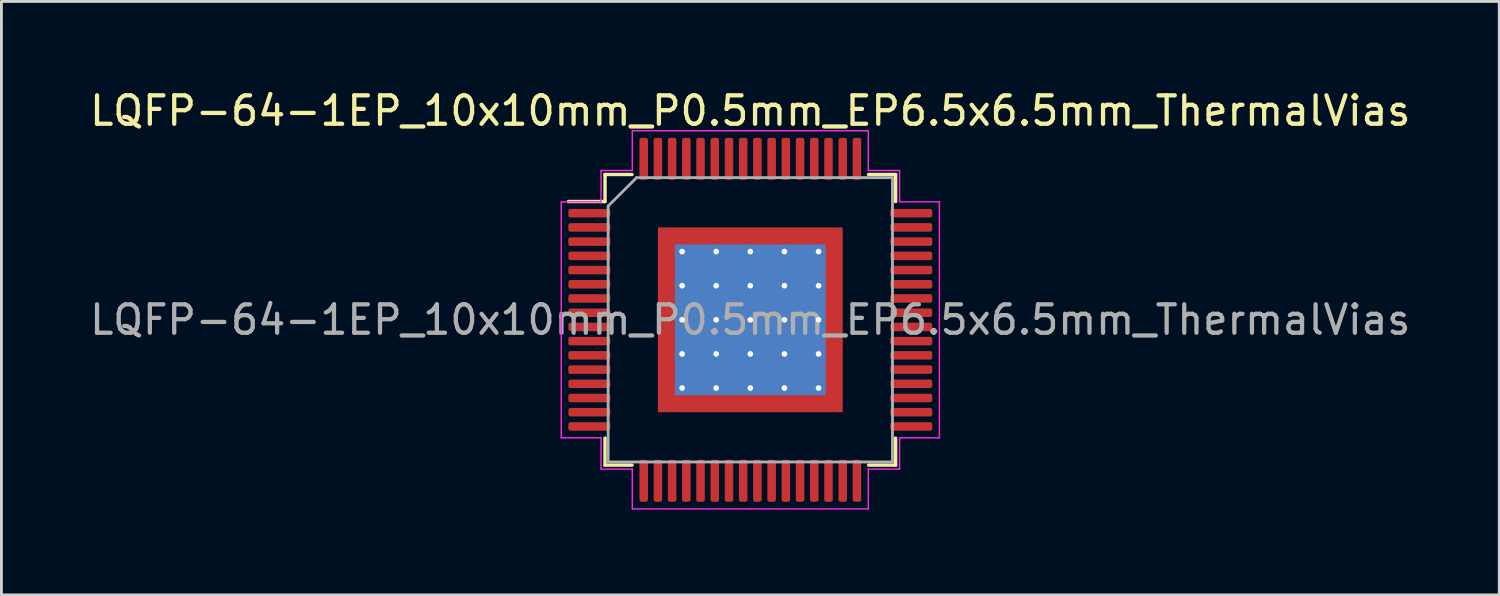
<source format=kicad_pcb>
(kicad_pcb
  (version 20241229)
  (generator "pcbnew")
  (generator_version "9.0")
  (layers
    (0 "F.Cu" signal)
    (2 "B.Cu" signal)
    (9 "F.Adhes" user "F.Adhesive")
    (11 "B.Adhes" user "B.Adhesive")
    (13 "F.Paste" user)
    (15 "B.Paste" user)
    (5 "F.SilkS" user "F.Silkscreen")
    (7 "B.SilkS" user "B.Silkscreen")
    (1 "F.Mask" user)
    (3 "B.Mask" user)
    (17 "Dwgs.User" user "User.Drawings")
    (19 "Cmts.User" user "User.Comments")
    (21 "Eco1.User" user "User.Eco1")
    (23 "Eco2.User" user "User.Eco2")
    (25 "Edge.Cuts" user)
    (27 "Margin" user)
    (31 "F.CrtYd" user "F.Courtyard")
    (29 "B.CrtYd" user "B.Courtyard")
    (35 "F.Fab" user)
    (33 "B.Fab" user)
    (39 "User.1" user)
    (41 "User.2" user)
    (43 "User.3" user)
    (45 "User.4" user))
  (footprint "LQFP-64-1EP_10x10mm_P0.5mm_EP6.5x6.5mm_ThermalVias"
    (layer "F.Cu")
    (at 23.339 8.198)
    (property "Reference" "LQFP-64-1EP_10x10mm_P0.5mm_EP6.5x6.5mm_ThermalVias" (at 0 -7.35 0) (layer "F.SilkS") (effects (font (size 1 1) (thickness 0.15))))
    (attr smd)
    (fp_line (start -5.11 -5.11) (end -5.11 -4.16) (stroke (width 0.12) (type solid)) (layer "F.SilkS"))
    (fp_line (start -5.11 -4.16) (end -6.4 -4.16) (stroke (width 0.12) (type solid)) (layer "F.SilkS"))
    (fp_line (start -5.11 5.11) (end -5.11 4.16) (stroke (width 0.12) (type solid)) (layer "F.SilkS"))
    (fp_line (start -4.16 -5.11) (end -5.11 -5.11) (stroke (width 0.12) (type solid)) (layer "F.SilkS"))
    (fp_line (start -4.16 5.11) (end -5.11 5.11) (stroke (width 0.12) (type solid)) (layer "F.SilkS"))
    (fp_line (start 4.16 -5.11) (end 5.11 -5.11) (stroke (width 0.12) (type solid)) (layer "F.SilkS"))
    (fp_line (start 4.16 5.11) (end 5.11 5.11) (stroke (width 0.12) (type solid)) (layer "F.SilkS"))
    (fp_line (start 5.11 -5.11) (end 5.11 -4.16) (stroke (width 0.12) (type solid)) (layer "F.SilkS"))
    (fp_line (start 5.11 5.11) (end 5.11 4.16) (stroke (width 0.12) (type solid)) (layer "F.SilkS"))
    (fp_line (start -6.65 -4.15) (end -6.65 0) (stroke (width 0.05) (type solid)) (layer "F.CrtYd"))
    (fp_line (start -6.65 4.15) (end -6.65 0) (stroke (width 0.05) (type solid)) (layer "F.CrtYd"))
    (fp_line (start -5.25 -5.25) (end -5.25 -4.15) (stroke (width 0.05) (type solid)) (layer "F.CrtYd"))
    (fp_line (start -5.25 -4.15) (end -6.65 -4.15) (stroke (width 0.05) (type solid)) (layer "F.CrtYd"))
    (fp_line (start -5.25 4.15) (end -6.65 4.15) (stroke (width 0.05) (type solid)) (layer "F.CrtYd"))
    (fp_line (start -5.25 5.25) (end -5.25 4.15) (stroke (width 0.05) (type solid)) (layer "F.CrtYd"))
    (fp_line (start -4.15 -6.65) (end -4.15 -5.25) (stroke (width 0.05) (type solid)) (layer "F.CrtYd"))
    (fp_line (start -4.15 -5.25) (end -5.25 -5.25) (stroke (width 0.05) (type solid)) (layer "F.CrtYd"))
    (fp_line (start -4.15 5.25) (end -5.25 5.25) (stroke (width 0.05) (type solid)) (layer "F.CrtYd"))
    (fp_line (start -4.15 6.65) (end -4.15 5.25) (stroke (width 0.05) (type solid)) (layer "F.CrtYd"))
    (fp_line (start 0 -6.65) (end -4.15 -6.65) (stroke (width 0.05) (type solid)) (layer "F.CrtYd"))
    (fp_line (start 0 -6.65) (end 4.15 -6.65) (stroke (width 0.05) (type solid)) (layer "F.CrtYd"))
    (fp_line (start 0 6.65) (end -4.15 6.65) (stroke (width 0.05) (type solid)) (layer "F.CrtYd"))
    (fp_line (start 0 6.65) (end 4.15 6.65) (stroke (width 0.05) (type solid)) (layer "F.CrtYd"))
    (fp_line (start 4.15 -6.65) (end 4.15 -5.25) (stroke (width 0.05) (type solid)) (layer "F.CrtYd"))
    (fp_line (start 4.15 -5.25) (end 5.25 -5.25) (stroke (width 0.05) (type solid)) (layer "F.CrtYd"))
    (fp_line (start 4.15 5.25) (end 5.25 5.25) (stroke (width 0.05) (type solid)) (layer "F.CrtYd"))
    (fp_line (start 4.15 6.65) (end 4.15 5.25) (stroke (width 0.05) (type solid)) (layer "F.CrtYd"))
    (fp_line (start 5.25 -5.25) (end 5.25 -4.15) (stroke (width 0.05) (type solid)) (layer "F.CrtYd"))
    (fp_line (start 5.25 -4.15) (end 6.65 -4.15) (stroke (width 0.05) (type solid)) (layer "F.CrtYd"))
    (fp_line (start 5.25 4.15) (end 6.65 4.15) (stroke (width 0.05) (type solid)) (layer "F.CrtYd"))
    (fp_line (start 5.25 5.25) (end 5.25 4.15) (stroke (width 0.05) (type solid)) (layer "F.CrtYd"))
    (fp_line (start 6.65 -4.15) (end 6.65 0) (stroke (width 0.05) (type solid)) (layer "F.CrtYd"))
    (fp_line (start 6.65 4.15) (end 6.65 0) (stroke (width 0.05) (type solid)) (layer "F.CrtYd"))
    (fp_line (start -5 -4) (end -4 -5) (stroke (width 0.1) (type solid)) (layer "F.Fab"))
    (fp_line (start -5 5) (end -5 -4) (stroke (width 0.1) (type solid)) (layer "F.Fab"))
    (fp_line (start -4 -5) (end 5 -5) (stroke (width 0.1) (type solid)) (layer "F.Fab"))
    (fp_line (start 5 -5) (end 5 5) (stroke (width 0.1) (type solid)) (layer "F.Fab"))
    (fp_line (start 5 5) (end -5 5) (stroke (width 0.1) (type solid)) (layer "F.Fab"))
    (fp_text user "${REFERENCE}" (at 0 0 0) (layer "F.Fab") (effects (font (size 1 1) (thickness 0.15))))
    (pad "" smd custom (at -2.825 -2.825) (size 0.602 0.602) (layers "F.Paste") (options (anchor circle)) (primitives (gr_poly (pts (xy -0.259 -0.259) (xy 0.259 -0.259) (xy 0.259 0.19) (xy 0.19 0.259) (xy -0.259 0.259)) (width 0.167) (fill yes))))
    (pad "" smd roundrect (at -2.825 -1.8) (size 0.685 0.967) (layers "F.Paste") (roundrect_rratio 0.25))
    (pad "" smd roundrect (at -2.825 -0.6) (size 0.685 0.967) (layers "F.Paste") (roundrect_rratio 0.25))
    (pad "" smd roundrect (at -2.825 0.6) (size 0.685 0.967) (layers "F.Paste") (roundrect_rratio 0.25))
    (pad "" smd roundrect (at -2.825 1.8) (size 0.685 0.967) (layers "F.Paste") (roundrect_rratio 0.25))
    (pad "" smd custom (at -2.825 2.825) (size 0.602 0.602) (layers "F.Paste") (options (anchor circle)) (primitives (gr_poly (pts (xy -0.259 -0.259) (xy 0.19 -0.259) (xy 0.259 -0.19) (xy 0.259 0.259) (xy -0.259 0.259)) (width 0.167) (fill yes))))
    (pad "" smd roundrect (at -1.8 -2.825) (size 0.967 0.685) (layers "F.Paste") (roundrect_rratio 0.25))
    (pad "" smd roundrect (at -1.8 -1.8) (size 0.967 0.967) (layers "F.Paste") (roundrect_rratio 0.25))
    (pad "" smd roundrect (at -1.8 -0.6) (size 0.967 0.967) (layers "F.Paste") (roundrect_rratio 0.25))
    (pad "" smd roundrect (at -1.8 0.6) (size 0.967 0.967) (layers "F.Paste") (roundrect_rratio 0.25))
    (pad "" smd roundrect (at -1.8 1.8) (size 0.967 0.967) (layers "F.Paste") (roundrect_rratio 0.25))
    (pad "" smd roundrect (at -1.8 2.825) (size 0.967 0.685) (layers "F.Paste") (roundrect_rratio 0.25))
    (pad "" smd roundrect (at -0.6 -2.825) (size 0.967 0.685) (layers "F.Paste") (roundrect_rratio 0.25))
    (pad "" smd roundrect (at -0.6 -1.8) (size 0.967 0.967) (layers "F.Paste") (roundrect_rratio 0.25))
    (pad "" smd roundrect (at -0.6 -0.6) (size 0.967 0.967) (layers "F.Paste") (roundrect_rratio 0.25))
    (pad "" smd roundrect (at -0.6 0.6) (size 0.967 0.967) (layers "F.Paste") (roundrect_rratio 0.25))
    (pad "" smd roundrect (at -0.6 1.8) (size 0.967 0.967) (layers "F.Paste") (roundrect_rratio 0.25))
    (pad "" smd roundrect (at -0.6 2.825) (size 0.967 0.685) (layers "F.Paste") (roundrect_rratio 0.25))
    (pad "" smd roundrect (at 0.6 -2.825) (size 0.967 0.685) (layers "F.Paste") (roundrect_rratio 0.25))
    (pad "" smd roundrect (at 0.6 -1.8) (size 0.967 0.967) (layers "F.Paste") (roundrect_rratio 0.25))
    (pad "" smd roundrect (at 0.6 -0.6) (size 0.967 0.967) (layers "F.Paste") (roundrect_rratio 0.25))
    (pad "" smd roundrect (at 0.6 0.6) (size 0.967 0.967) (layers "F.Paste") (roundrect_rratio 0.25))
    (pad "" smd roundrect (at 0.6 1.8) (size 0.967 0.967) (layers "F.Paste") (roundrect_rratio 0.25))
    (pad "" smd roundrect (at 0.6 2.825) (size 0.967 0.685) (layers "F.Paste") (roundrect_rratio 0.25))
    (pad "" smd roundrect (at 1.8 -2.825) (size 0.967 0.685) (layers "F.Paste") (roundrect_rratio 0.25))
    (pad "" smd roundrect (at 1.8 -1.8) (size 0.967 0.967) (layers "F.Paste") (roundrect_rratio 0.25))
    (pad "" smd roundrect (at 1.8 -0.6) (size 0.967 0.967) (layers "F.Paste") (roundrect_rratio 0.25))
    (pad "" smd roundrect (at 1.8 0.6) (size 0.967 0.967) (layers "F.Paste") (roundrect_rratio 0.25))
    (pad "" smd roundrect (at 1.8 1.8) (size 0.967 0.967) (layers "F.Paste") (roundrect_rratio 0.25))
    (pad "" smd roundrect (at 1.8 2.825) (size 0.967 0.685) (layers "F.Paste") (roundrect_rratio 0.25))
    (pad "" smd custom (at 2.825 -2.825) (size 0.602 0.602) (layers "F.Paste") (options (anchor circle)) (primitives (gr_poly (pts (xy -0.259 -0.259) (xy 0.259 -0.259) (xy 0.259 0.259) (xy -0.19 0.259) (xy -0.259 0.19)) (width 0.167) (fill yes))))
    (pad "" smd roundrect (at 2.825 -1.8) (size 0.685 0.967) (layers "F.Paste") (roundrect_rratio 0.25))
    (pad "" smd roundrect (at 2.825 -0.6) (size 0.685 0.967) (layers "F.Paste") (roundrect_rratio 0.25))
    (pad "" smd roundrect (at 2.825 0.6) (size 0.685 0.967) (layers "F.Paste") (roundrect_rratio 0.25))
    (pad "" smd roundrect (at 2.825 1.8) (size 0.685 0.967) (layers "F.Paste") (roundrect_rratio 0.25))
    (pad "" smd custom (at 2.825 2.825) (size 0.602 0.602) (layers "F.Paste") (options (anchor circle)) (primitives (gr_poly (pts (xy -0.259 -0.19) (xy -0.19 -0.259) (xy 0.259 -0.259) (xy 0.259 0.259) (xy -0.259 0.259)) (width 0.167) (fill yes))))
    (pad "1" smd roundrect (at -5.662 -3.75) (size 1.475 0.3) (layers "F.Cu" "F.Mask" "F.Paste") (roundrect_rratio 0.25))
    (pad "2" smd roundrect (at -5.662 -3.25) (size 1.475 0.3) (layers "F.Cu" "F.Mask" "F.Paste") (roundrect_rratio 0.25))
    (pad "3" smd roundrect (at -5.662 -2.75) (size 1.475 0.3) (layers "F.Cu" "F.Mask" "F.Paste") (roundrect_rratio 0.25))
    (pad "4" smd roundrect (at -5.662 -2.25) (size 1.475 0.3) (layers "F.Cu" "F.Mask" "F.Paste") (roundrect_rratio 0.25))
    (pad "5" smd roundrect (at -5.662 -1.75) (size 1.475 0.3) (layers "F.Cu" "F.Mask" "F.Paste") (roundrect_rratio 0.25))
    (pad "6" smd roundrect (at -5.662 -1.25) (size 1.475 0.3) (layers "F.Cu" "F.Mask" "F.Paste") (roundrect_rratio 0.25))
    (pad "7" smd roundrect (at -5.662 -0.75) (size 1.475 0.3) (layers "F.Cu" "F.Mask" "F.Paste") (roundrect_rratio 0.25))
    (pad "8" smd roundrect (at -5.662 -0.25) (size 1.475 0.3) (layers "F.Cu" "F.Mask" "F.Paste") (roundrect_rratio 0.25))
    (pad "9" smd roundrect (at -5.662 0.25) (size 1.475 0.3) (layers "F.Cu" "F.Mask" "F.Paste") (roundrect_rratio 0.25))
    (pad "10" smd roundrect (at -5.662 0.75) (size 1.475 0.3) (layers "F.Cu" "F.Mask" "F.Paste") (roundrect_rratio 0.25))
    (pad "11" smd roundrect (at -5.662 1.25) (size 1.475 0.3) (layers "F.Cu" "F.Mask" "F.Paste") (roundrect_rratio 0.25))
    (pad "12" smd roundrect (at -5.662 1.75) (size 1.475 0.3) (layers "F.Cu" "F.Mask" "F.Paste") (roundrect_rratio 0.25))
    (pad "13" smd roundrect (at -5.662 2.25) (size 1.475 0.3) (layers "F.Cu" "F.Mask" "F.Paste") (roundrect_rratio 0.25))
    (pad "14" smd roundrect (at -5.662 2.75) (size 1.475 0.3) (layers "F.Cu" "F.Mask" "F.Paste") (roundrect_rratio 0.25))
    (pad "15" smd roundrect (at -5.662 3.25) (size 1.475 0.3) (layers "F.Cu" "F.Mask" "F.Paste") (roundrect_rratio 0.25))
    (pad "16" smd roundrect (at -5.662 3.75) (size 1.475 0.3) (layers "F.Cu" "F.Mask" "F.Paste") (roundrect_rratio 0.25))
    (pad "17" smd roundrect (at -3.75 5.662) (size 0.3 1.475) (layers "F.Cu" "F.Mask" "F.Paste") (roundrect_rratio 0.25))
    (pad "18" smd roundrect (at -3.25 5.662) (size 0.3 1.475) (layers "F.Cu" "F.Mask" "F.Paste") (roundrect_rratio 0.25))
    (pad "19" smd roundrect (at -2.75 5.662) (size 0.3 1.475) (layers "F.Cu" "F.Mask" "F.Paste") (roundrect_rratio 0.25))
    (pad "20" smd roundrect (at -2.25 5.662) (size 0.3 1.475) (layers "F.Cu" "F.Mask" "F.Paste") (roundrect_rratio 0.25))
    (pad "21" smd roundrect (at -1.75 5.662) (size 0.3 1.475) (layers "F.Cu" "F.Mask" "F.Paste") (roundrect_rratio 0.25))
    (pad "22" smd roundrect (at -1.25 5.662) (size 0.3 1.475) (layers "F.Cu" "F.Mask" "F.Paste") (roundrect_rratio 0.25))
    (pad "23" smd roundrect (at -0.75 5.662) (size 0.3 1.475) (layers "F.Cu" "F.Mask" "F.Paste") (roundrect_rratio 0.25))
    (pad "24" smd roundrect (at -0.25 5.662) (size 0.3 1.475) (layers "F.Cu" "F.Mask" "F.Paste") (roundrect_rratio 0.25))
    (pad "25" smd roundrect (at 0.25 5.662) (size 0.3 1.475) (layers "F.Cu" "F.Mask" "F.Paste") (roundrect_rratio 0.25))
    (pad "26" smd roundrect (at 0.75 5.662) (size 0.3 1.475) (layers "F.Cu" "F.Mask" "F.Paste") (roundrect_rratio 0.25))
    (pad "27" smd roundrect (at 1.25 5.662) (size 0.3 1.475) (layers "F.Cu" "F.Mask" "F.Paste") (roundrect_rratio 0.25))
    (pad "28" smd roundrect (at 1.75 5.662) (size 0.3 1.475) (layers "F.Cu" "F.Mask" "F.Paste") (roundrect_rratio 0.25))
    (pad "29" smd roundrect (at 2.25 5.662) (size 0.3 1.475) (layers "F.Cu" "F.Mask" "F.Paste") (roundrect_rratio 0.25))
    (pad "30" smd roundrect (at 2.75 5.662) (size 0.3 1.475) (layers "F.Cu" "F.Mask" "F.Paste") (roundrect_rratio 0.25))
    (pad "31" smd roundrect (at 3.25 5.662) (size 0.3 1.475) (layers "F.Cu" "F.Mask" "F.Paste") (roundrect_rratio 0.25))
    (pad "32" smd roundrect (at 3.75 5.662) (size 0.3 1.475) (layers "F.Cu" "F.Mask" "F.Paste") (roundrect_rratio 0.25))
    (pad "33" smd roundrect (at 5.662 3.75) (size 1.475 0.3) (layers "F.Cu" "F.Mask" "F.Paste") (roundrect_rratio 0.25))
    (pad "34" smd roundrect (at 5.662 3.25) (size 1.475 0.3) (layers "F.Cu" "F.Mask" "F.Paste") (roundrect_rratio 0.25))
    (pad "35" smd roundrect (at 5.662 2.75) (size 1.475 0.3) (layers "F.Cu" "F.Mask" "F.Paste") (roundrect_rratio 0.25))
    (pad "36" smd roundrect (at 5.662 2.25) (size 1.475 0.3) (layers "F.Cu" "F.Mask" "F.Paste") (roundrect_rratio 0.25))
    (pad "37" smd roundrect (at 5.662 1.75) (size 1.475 0.3) (layers "F.Cu" "F.Mask" "F.Paste") (roundrect_rratio 0.25))
    (pad "38" smd roundrect (at 5.662 1.25) (size 1.475 0.3) (layers "F.Cu" "F.Mask" "F.Paste") (roundrect_rratio 0.25))
    (pad "39" smd roundrect (at 5.662 0.75) (size 1.475 0.3) (layers "F.Cu" "F.Mask" "F.Paste") (roundrect_rratio 0.25))
    (pad "40" smd roundrect (at 5.662 0.25) (size 1.475 0.3) (layers "F.Cu" "F.Mask" "F.Paste") (roundrect_rratio 0.25))
    (pad "41" smd roundrect (at 5.662 -0.25) (size 1.475 0.3) (layers "F.Cu" "F.Mask" "F.Paste") (roundrect_rratio 0.25))
    (pad "42" smd roundrect (at 5.662 -0.75) (size 1.475 0.3) (layers "F.Cu" "F.Mask" "F.Paste") (roundrect_rratio 0.25))
    (pad "43" smd roundrect (at 5.662 -1.25) (size 1.475 0.3) (layers "F.Cu" "F.Mask" "F.Paste") (roundrect_rratio 0.25))
    (pad "44" smd roundrect (at 5.662 -1.75) (size 1.475 0.3) (layers "F.Cu" "F.Mask" "F.Paste") (roundrect_rratio 0.25))
    (pad "45" smd roundrect (at 5.662 -2.25) (size 1.475 0.3) (layers "F.Cu" "F.Mask" "F.Paste") (roundrect_rratio 0.25))
    (pad "46" smd roundrect (at 5.662 -2.75) (size 1.475 0.3) (layers "F.Cu" "F.Mask" "F.Paste") (roundrect_rratio 0.25))
    (pad "47" smd roundrect (at 5.662 -3.25) (size 1.475 0.3) (layers "F.Cu" "F.Mask" "F.Paste") (roundrect_rratio 0.25))
    (pad "48" smd roundrect (at 5.662 -3.75) (size 1.475 0.3) (layers "F.Cu" "F.Mask" "F.Paste") (roundrect_rratio 0.25))
    (pad "49" smd roundrect (at 3.75 -5.662) (size 0.3 1.475) (layers "F.Cu" "F.Mask" "F.Paste") (roundrect_rratio 0.25))
    (pad "50" smd roundrect (at 3.25 -5.662) (size 0.3 1.475) (layers "F.Cu" "F.Mask" "F.Paste") (roundrect_rratio 0.25))
    (pad "51" smd roundrect (at 2.75 -5.662) (size 0.3 1.475) (layers "F.Cu" "F.Mask" "F.Paste") (roundrect_rratio 0.25))
    (pad "52" smd roundrect (at 2.25 -5.662) (size 0.3 1.475) (layers "F.Cu" "F.Mask" "F.Paste") (roundrect_rratio 0.25))
    (pad "53" smd roundrect (at 1.75 -5.662) (size 0.3 1.475) (layers "F.Cu" "F.Mask" "F.Paste") (roundrect_rratio 0.25))
    (pad "54" smd roundrect (at 1.25 -5.662) (size 0.3 1.475) (layers "F.Cu" "F.Mask" "F.Paste") (roundrect_rratio 0.25))
    (pad "55" smd roundrect (at 0.75 -5.662) (size 0.3 1.475) (layers "F.Cu" "F.Mask" "F.Paste") (roundrect_rratio 0.25))
    (pad "56" smd roundrect (at 0.25 -5.662) (size 0.3 1.475) (layers "F.Cu" "F.Mask" "F.Paste") (roundrect_rratio 0.25))
    (pad "57" smd roundrect (at -0.25 -5.662) (size 0.3 1.475) (layers "F.Cu" "F.Mask" "F.Paste") (roundrect_rratio 0.25))
    (pad "58" smd roundrect (at -0.75 -5.662) (size 0.3 1.475) (layers "F.Cu" "F.Mask" "F.Paste") (roundrect_rratio 0.25))
    (pad "59" smd roundrect (at -1.25 -5.662) (size 0.3 1.475) (layers "F.Cu" "F.Mask" "F.Paste") (roundrect_rratio 0.25))
    (pad "60" smd roundrect (at -1.75 -5.662) (size 0.3 1.475) (layers "F.Cu" "F.Mask" "F.Paste") (roundrect_rratio 0.25))
    (pad "61" smd roundrect (at -2.25 -5.662) (size 0.3 1.475) (layers "F.Cu" "F.Mask" "F.Paste") (roundrect_rratio 0.25))
    (pad "62" smd roundrect (at -2.75 -5.662) (size 0.3 1.475) (layers "F.Cu" "F.Mask" "F.Paste") (roundrect_rratio 0.25))
    (pad "63" smd roundrect (at -3.25 -5.662) (size 0.3 1.475) (layers "F.Cu" "F.Mask" "F.Paste") (roundrect_rratio 0.25))
    (pad "64" smd roundrect (at -3.75 -5.662) (size 0.3 1.475) (layers "F.Cu" "F.Mask" "F.Paste") (roundrect_rratio 0.25))
    (pad "65" thru_hole circle (at -2.4 -2.4) (size 0.5 0.5) (drill 0.2) (layers "*.Cu"))
    (pad "65" thru_hole circle (at -2.4 -1.2) (size 0.5 0.5) (drill 0.2) (layers "*.Cu"))
    (pad "65" thru_hole circle (at -2.4 0) (size 0.5 0.5) (drill 0.2) (layers "*.Cu"))
    (pad "65" thru_hole circle (at -2.4 1.2) (size 0.5 0.5) (drill 0.2) (layers "*.Cu"))
    (pad "65" thru_hole circle (at -2.4 2.4) (size 0.5 0.5) (drill 0.2) (layers "*.Cu"))
    (pad "65" thru_hole circle (at -1.2 -2.4) (size 0.5 0.5) (drill 0.2) (layers "*.Cu"))
    (pad "65" thru_hole circle (at -1.2 -1.2) (size 0.5 0.5) (drill 0.2) (layers "*.Cu"))
    (pad "65" thru_hole circle (at -1.2 0) (size 0.5 0.5) (drill 0.2) (layers "*.Cu"))
    (pad "65" thru_hole circle (at -1.2 1.2) (size 0.5 0.5) (drill 0.2) (layers "*.Cu"))
    (pad "65" thru_hole circle (at -1.2 2.4) (size 0.5 0.5) (drill 0.2) (layers "*.Cu"))
    (pad "65" thru_hole circle (at 0 -2.4) (size 0.5 0.5) (drill 0.2) (layers "*.Cu"))
    (pad "65" thru_hole circle (at 0 -1.2) (size 0.5 0.5) (drill 0.2) (layers "*.Cu"))
    (pad "65" thru_hole circle (at 0 0) (size 0.5 0.5) (drill 0.2) (layers "*.Cu"))
    (pad "65" smd rect (at 0 0) (size 5.3 5.3) (layers "B.Cu"))
    (pad "65" smd rect (at 0 0) (size 6.5 6.5) (layers "F.Cu" "F.Mask"))
    (pad "65" thru_hole circle (at 0 1.2) (size 0.5 0.5) (drill 0.2) (layers "*.Cu"))
    (pad "65" thru_hole circle (at 0 2.4) (size 0.5 0.5) (drill 0.2) (layers "*.Cu"))
    (pad "65" thru_hole circle (at 1.2 -2.4) (size 0.5 0.5) (drill 0.2) (layers "*.Cu"))
    (pad "65" thru_hole circle (at 1.2 -1.2) (size 0.5 0.5) (drill 0.2) (layers "*.Cu"))
    (pad "65" thru_hole circle (at 1.2 0) (size 0.5 0.5) (drill 0.2) (layers "*.Cu"))
    (pad "65" thru_hole circle (at 1.2 1.2) (size 0.5 0.5) (drill 0.2) (layers "*.Cu"))
    (pad "65" thru_hole circle (at 1.2 2.4) (size 0.5 0.5) (drill 0.2) (layers "*.Cu"))
    (pad "65" thru_hole circle (at 2.4 -2.4) (size 0.5 0.5) (drill 0.2) (layers "*.Cu"))
    (pad "65" thru_hole circle (at 2.4 -1.2) (size 0.5 0.5) (drill 0.2) (layers "*.Cu"))
    (pad "65" thru_hole circle (at 2.4 0) (size 0.5 0.5) (drill 0.2) (layers "*.Cu"))
    (pad "65" thru_hole circle (at 2.4 1.2) (size 0.5 0.5) (drill 0.2) (layers "*.Cu"))
    (pad "65" thru_hole circle (at 2.4 2.4) (size 0.5 0.5) (drill 0.2) (layers "*.Cu")))
  (gr_rect
    (start -3 -3)
    (end 49.679 17.873)
    (stroke (width 0.1) (type default))
    (fill no)
    (layer "Edge.Cuts")))
</source>
